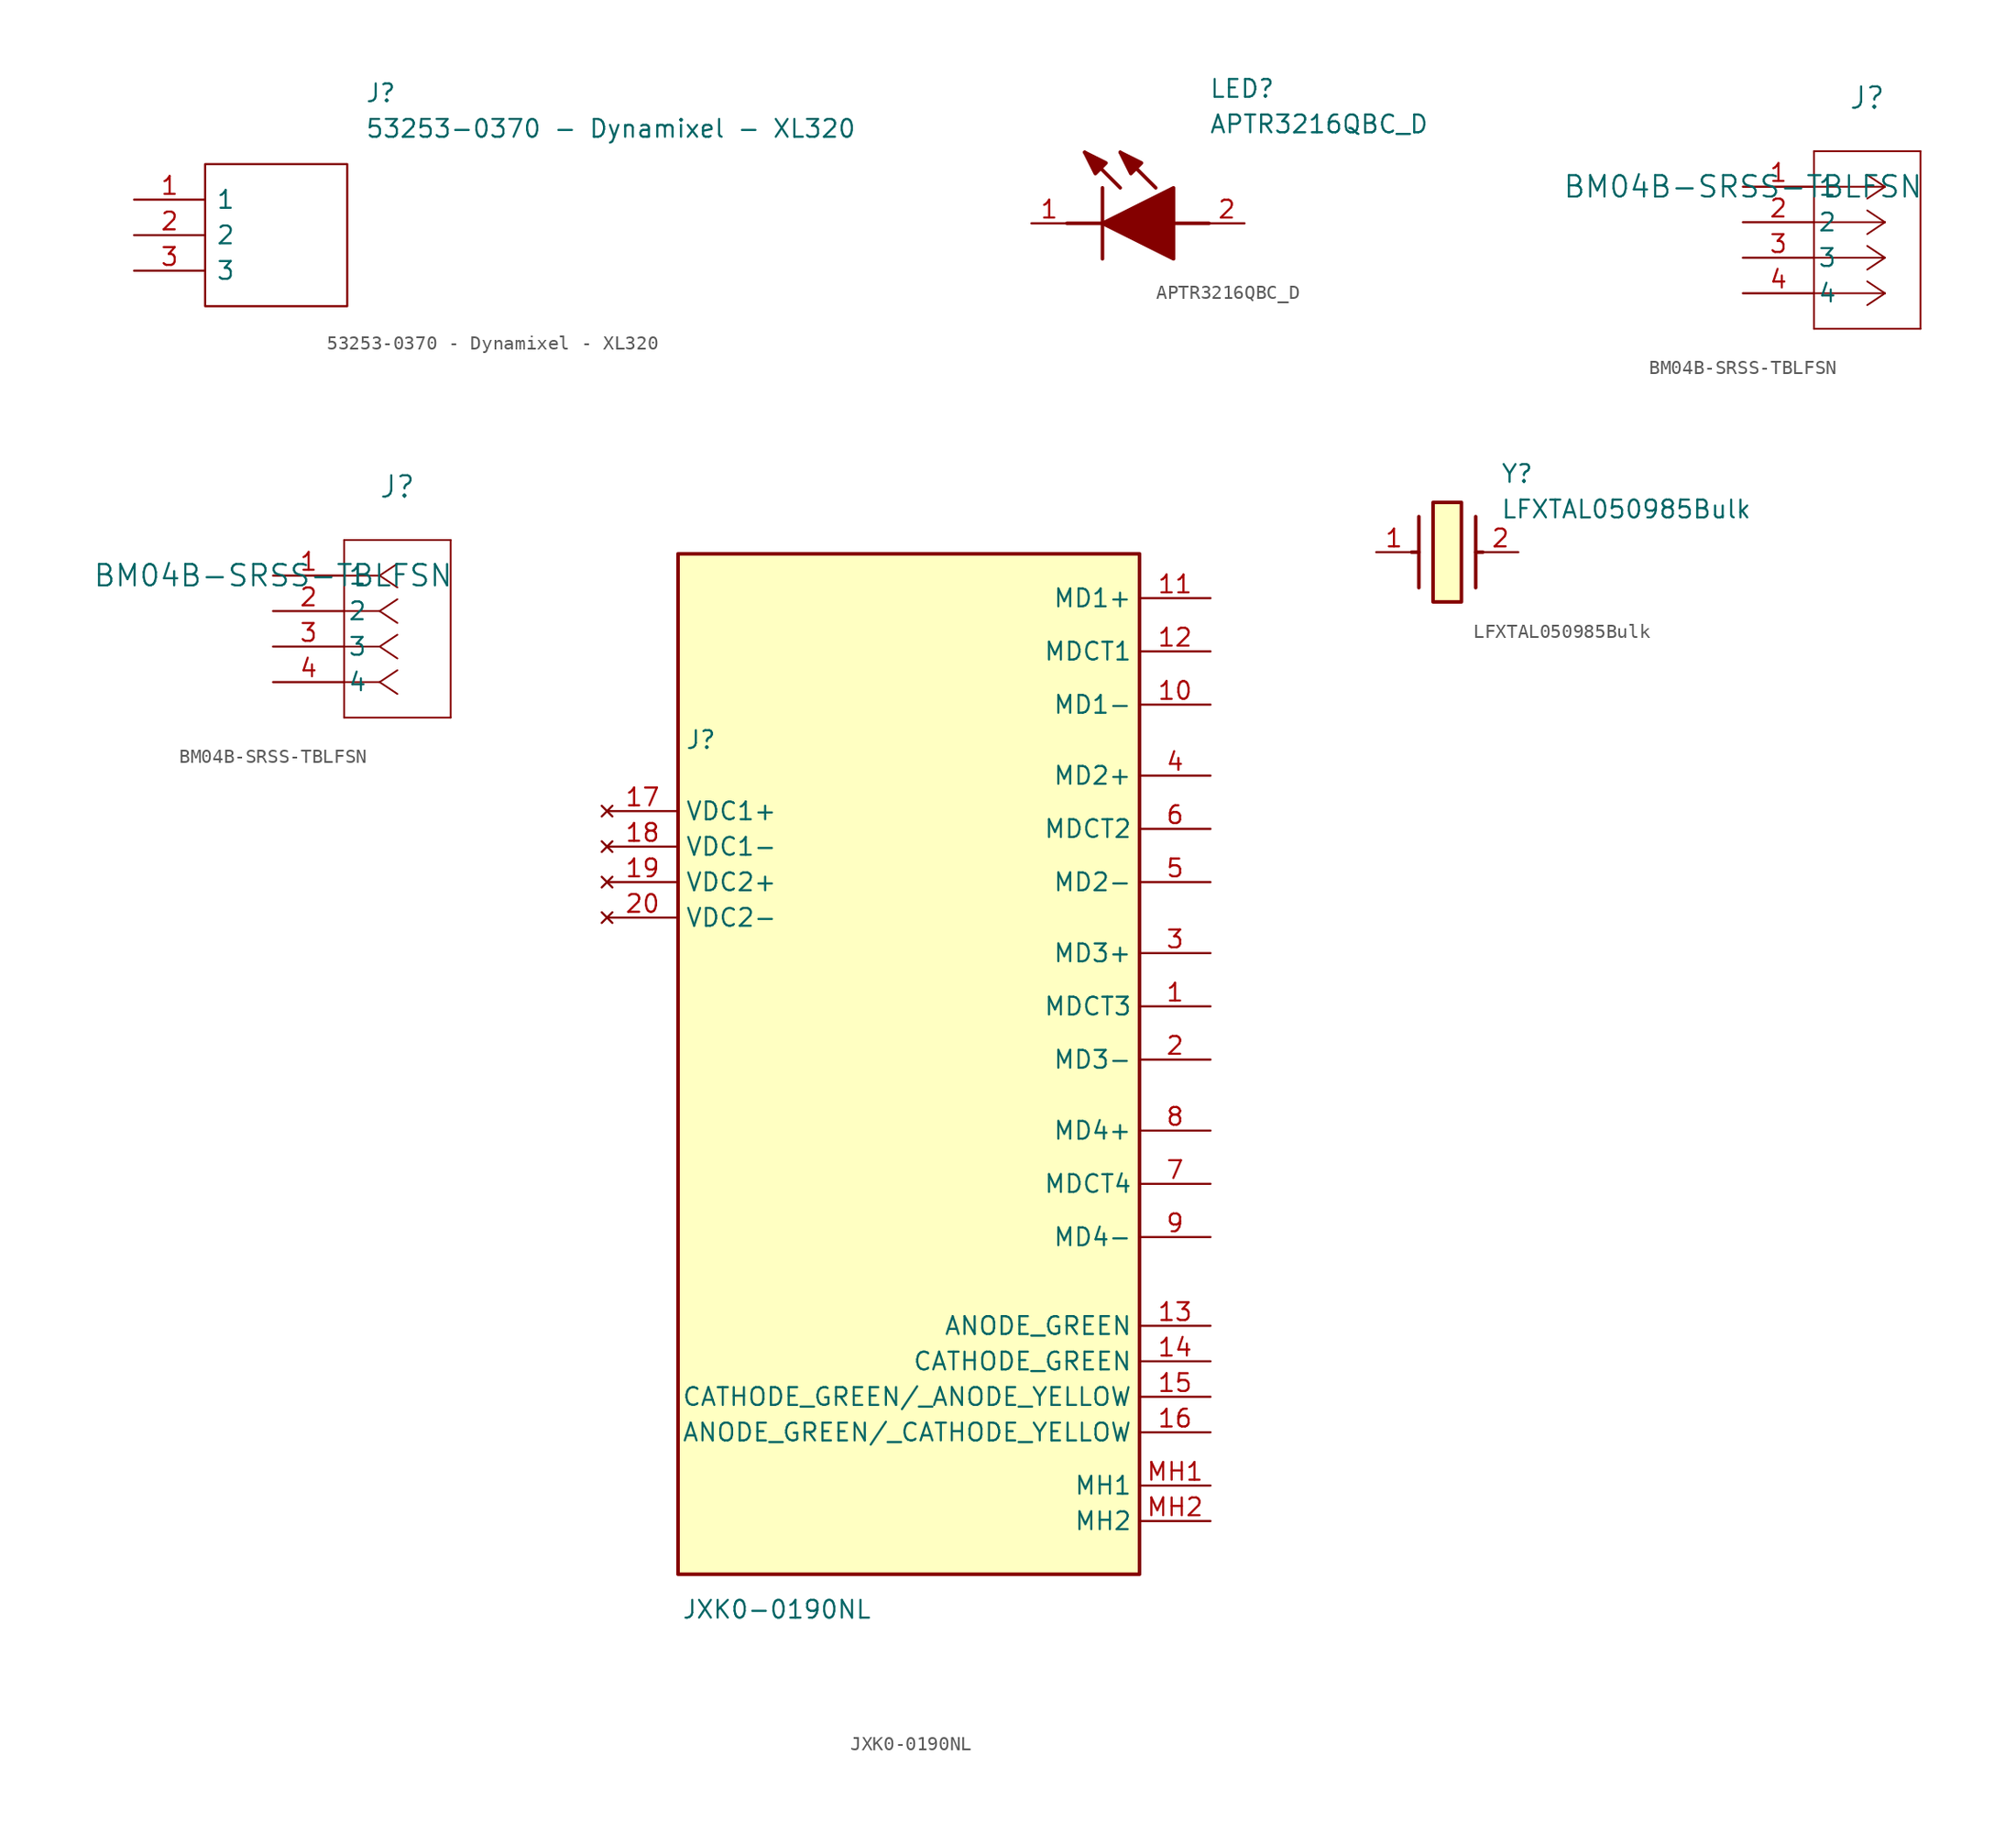
<source format=kicad_sym>
(kicad_symbol_lib
  (version 20231120)
  (generator "kicad_symbol_editor")
  (generator_version "8.0")
  (symbol "53253-0370 - Dynamixel - XL320"
    (pin_names
      (offset 0.762))
    (property "Reference" "J"
      (at 16.51 7.62 0)
      (effects (font (size 1.27 1.27)) (justify left)))
    (property "Value" "53253-0370 - Dynamixel - XL320"
      (at 16.51 5.08 0)
      (effects (font (size 1.27 1.27)) (justify left)))
    (symbol "53253-0370 - Dynamixel - XL320_0_0"
      (pin passive line (at 0 0 0) (length 5.08) (name "1" (effects (font (size 1.27 1.27)))) (number "1" (effects (font (size 1.27 1.27)))))
      (pin passive line (at 0 -2.54 0) (length 5.08) (name "2" (effects (font (size 1.27 1.27)))) (number "2" (effects (font (size 1.27 1.27)))))
      (pin passive line (at 0 -5.08 0) (length 5.08) (name "3" (effects (font (size 1.27 1.27)))) (number "3" (effects (font (size 1.27 1.27))))))
    (symbol "53253-0370 - Dynamixel - XL320_0_1"
      (polyline (pts (xy 5.08 2.54) (xy 15.24 2.54) (xy 15.24 -7.62) (xy 5.08 -7.62) (xy 5.08 2.54)) (stroke (width 0.152) (type solid)) (fill (type none)))))
  (symbol "APTR3216QBC_D"
    (pin_names hide)
    (property "Reference" "LED"
      (at 12.7 8.89 0)
      (effects (font (size 1.27 1.27)) (justify left bottom)))
    (property "Value" "APTR3216QBC_D"
      (at 12.7 6.35 0)
      (effects (font (size 1.27 1.27)) (justify left bottom)))
    (symbol "APTR3216QBC_D_1_1"
      (polyline (pts (xy 2.54 0) (xy 5.08 0)) (stroke (width 0.254) (type default)) (fill (type none)))
      (polyline (pts (xy 5.08 2.54) (xy 5.08 -2.54)) (stroke (width 0.254) (type default)) (fill (type none)))
      (polyline (pts (xy 6.35 2.54) (xy 3.81 5.08)) (stroke (width 0.254) (type default)) (fill (type none)))
      (polyline (pts (xy 8.89 2.54) (xy 6.35 5.08)) (stroke (width 0.254) (type default)) (fill (type none)))
      (polyline (pts (xy 10.16 0) (xy 12.7 0)) (stroke (width 0.254) (type default)) (fill (type none)))
      (polyline (pts (xy 5.08 0) (xy 10.16 2.54) (xy 10.16 -2.54) (xy 5.08 0)) (stroke (width 0.254) (type default)) (fill (type outline)))
      (polyline (pts (xy 5.334 4.318) (xy 4.572 3.556) (xy 3.81 5.08) (xy 5.334 4.318)) (stroke (width 0.254) (type default)) (fill (type outline)))
      (polyline (pts (xy 7.874 4.318) (xy 7.112 3.556) (xy 6.35 5.08) (xy 7.874 4.318)) (stroke (width 0.254) (type default)) (fill (type outline)))
      (pin passive line (at 0 0 0) (length 2.54) (name "K" (effects (font (size 1.27 1.27)))) (number "1" (effects (font (size 1.27 1.27)))))
      (pin passive line (at 15.24 0 180) (length 2.54) (name "A" (effects (font (size 1.27 1.27)))) (number "2" (effects (font (size 1.27 1.27)))))))
  (symbol "BM04B-SRSS-TBLFSN"
    (pin_names
      (offset 0.254))
    (property "Reference" "J"
      (at 8.89 6.35 0)
      (effects (font (size 1.524 1.524))))
    (property "Value" "BM04B-SRSS-TBLFSN"
      (at 0 0 0)
      (effects (font (size 1.524 1.524))))
    (property "ki_locked" ""
      (at 0 0 0)
      (effects (font (size 1.27 1.27))))
    (symbol "BM04B-SRSS-TBLFSN_1_1"
      (polyline (pts (xy 5.08 -10.16) (xy 12.7 -10.16)) (stroke (width 0.127) (type default)) (fill (type none)))
      (polyline (pts (xy 5.08 2.54) (xy 5.08 -10.16)) (stroke (width 0.127) (type default)) (fill (type none)))
      (polyline (pts (xy 10.16 -7.62) (xy 5.08 -7.62)) (stroke (width 0.127) (type default)) (fill (type none)))
      (polyline (pts (xy 10.16 -7.62) (xy 8.89 -8.467)) (stroke (width 0.127) (type default)) (fill (type none)))
      (polyline (pts (xy 10.16 -7.62) (xy 8.89 -6.773)) (stroke (width 0.127) (type default)) (fill (type none)))
      (polyline (pts (xy 10.16 -5.08) (xy 5.08 -5.08)) (stroke (width 0.127) (type default)) (fill (type none)))
      (polyline (pts (xy 10.16 -5.08) (xy 8.89 -5.927)) (stroke (width 0.127) (type default)) (fill (type none)))
      (polyline (pts (xy 10.16 -5.08) (xy 8.89 -4.233)) (stroke (width 0.127) (type default)) (fill (type none)))
      (polyline (pts (xy 10.16 -2.54) (xy 5.08 -2.54)) (stroke (width 0.127) (type default)) (fill (type none)))
      (polyline (pts (xy 10.16 -2.54) (xy 8.89 -3.387)) (stroke (width 0.127) (type default)) (fill (type none)))
      (polyline (pts (xy 10.16 -2.54) (xy 8.89 -1.693)) (stroke (width 0.127) (type default)) (fill (type none)))
      (polyline (pts (xy 10.16 0) (xy 5.08 0)) (stroke (width 0.127) (type default)) (fill (type none)))
      (polyline (pts (xy 10.16 0) (xy 8.89 -0.847)) (stroke (width 0.127) (type default)) (fill (type none)))
      (polyline (pts (xy 10.16 0) (xy 8.89 0.847)) (stroke (width 0.127) (type default)) (fill (type none)))
      (polyline (pts (xy 12.7 -10.16) (xy 12.7 2.54)) (stroke (width 0.127) (type default)) (fill (type none)))
      (polyline (pts (xy 12.7 2.54) (xy 5.08 2.54)) (stroke (width 0.127) (type default)) (fill (type none)))
      (pin unspecified line (at 0 0 0) (length 5.08) (name "1" (effects (font (size 1.27 1.27)))) (number "1" (effects (font (size 1.27 1.27)))))
      (pin unspecified line (at 0 -2.54 0) (length 5.08) (name "2" (effects (font (size 1.27 1.27)))) (number "2" (effects (font (size 1.27 1.27)))))
      (pin unspecified line (at 0 -5.08 0) (length 5.08) (name "3" (effects (font (size 1.27 1.27)))) (number "3" (effects (font (size 1.27 1.27)))))
      (pin unspecified line (at 0 -7.62 0) (length 5.08) (name "4" (effects (font (size 1.27 1.27)))) (number "4" (effects (font (size 1.27 1.27))))))
    (symbol "BM04B-SRSS-TBLFSN_1_2"
      (polyline (pts (xy 5.08 -10.16) (xy 12.7 -10.16)) (stroke (width 0.127) (type default)) (fill (type none)))
      (polyline (pts (xy 5.08 2.54) (xy 5.08 -10.16)) (stroke (width 0.127) (type default)) (fill (type none)))
      (polyline (pts (xy 7.62 -7.62) (xy 5.08 -7.62)) (stroke (width 0.127) (type default)) (fill (type none)))
      (polyline (pts (xy 7.62 -7.62) (xy 8.89 -8.467)) (stroke (width 0.127) (type default)) (fill (type none)))
      (polyline (pts (xy 7.62 -7.62) (xy 8.89 -6.773)) (stroke (width 0.127) (type default)) (fill (type none)))
      (polyline (pts (xy 7.62 -5.08) (xy 5.08 -5.08)) (stroke (width 0.127) (type default)) (fill (type none)))
      (polyline (pts (xy 7.62 -5.08) (xy 8.89 -5.927)) (stroke (width 0.127) (type default)) (fill (type none)))
      (polyline (pts (xy 7.62 -5.08) (xy 8.89 -4.233)) (stroke (width 0.127) (type default)) (fill (type none)))
      (polyline (pts (xy 7.62 -2.54) (xy 5.08 -2.54)) (stroke (width 0.127) (type default)) (fill (type none)))
      (polyline (pts (xy 7.62 -2.54) (xy 8.89 -3.387)) (stroke (width 0.127) (type default)) (fill (type none)))
      (polyline (pts (xy 7.62 -2.54) (xy 8.89 -1.693)) (stroke (width 0.127) (type default)) (fill (type none)))
      (polyline (pts (xy 7.62 0) (xy 5.08 0)) (stroke (width 0.127) (type default)) (fill (type none)))
      (polyline (pts (xy 7.62 0) (xy 8.89 -0.847)) (stroke (width 0.127) (type default)) (fill (type none)))
      (polyline (pts (xy 7.62 0) (xy 8.89 0.847)) (stroke (width 0.127) (type default)) (fill (type none)))
      (polyline (pts (xy 12.7 -10.16) (xy 12.7 2.54)) (stroke (width 0.127) (type default)) (fill (type none)))
      (polyline (pts (xy 12.7 2.54) (xy 5.08 2.54)) (stroke (width 0.127) (type default)) (fill (type none)))
      (pin unspecified line (at 0 0 0) (length 5.08) (name "1" (effects (font (size 1.27 1.27)))) (number "1" (effects (font (size 1.27 1.27)))))
      (pin unspecified line (at 0 -2.54 0) (length 5.08) (name "2" (effects (font (size 1.27 1.27)))) (number "2" (effects (font (size 1.27 1.27)))))
      (pin unspecified line (at 0 -5.08 0) (length 5.08) (name "3" (effects (font (size 1.27 1.27)))) (number "3" (effects (font (size 1.27 1.27)))))
      (pin unspecified line (at 0 -7.62 0) (length 5.08) (name "4" (effects (font (size 1.27 1.27)))) (number "4" (effects (font (size 1.27 1.27)))))))
  (symbol "JXK0-0190NL"
    (property "Reference" "J"
      (at 5.588 19.812 0)
      (effects (font (size 1.27 1.27)) (justify left top)))
    (property "Value" "JXK0-0190NL"
      (at 5.334 -42.418 0)
      (effects (font (size 1.27 1.27)) (justify left top)))
    (symbol "JXK0-0190NL_1_1"
      (rectangle (start 5.08 32.385) (end 38.1 -40.64) (stroke (width 0.254) (type default)) (fill (type background)))
      (pin passive line (at 43.18 0 180) (length 5.08) (name "MDCT3" (effects (font (size 1.27 1.27)))) (number "1" (effects (font (size 1.27 1.27)))))
      (pin passive line (at 43.18 21.59 180) (length 5.08) (name "MD1-" (effects (font (size 1.27 1.27)))) (number "10" (effects (font (size 1.27 1.27)))))
      (pin passive line (at 43.18 29.21 180) (length 5.08) (name "MD1+" (effects (font (size 1.27 1.27)))) (number "11" (effects (font (size 1.27 1.27)))))
      (pin passive line (at 43.18 25.4 180) (length 5.08) (name "MDCT1" (effects (font (size 1.27 1.27)))) (number "12" (effects (font (size 1.27 1.27)))))
      (pin passive line (at 43.18 -22.86 180) (length 5.08) (name "ANODE_GREEN" (effects (font (size 1.27 1.27)))) (number "13" (effects (font (size 1.27 1.27)))))
      (pin passive line (at 43.18 -25.4 180) (length 5.08) (name "CATHODE_GREEN" (effects (font (size 1.27 1.27)))) (number "14" (effects (font (size 1.27 1.27)))))
      (pin passive line (at 43.18 -27.94 180) (length 5.08) (name "CATHODE_GREEN/_ANODE_YELLOW" (effects (font (size 1.27 1.27)))) (number "15" (effects (font (size 1.27 1.27)))))
      (pin passive line (at 43.18 -30.48 180) (length 5.08) (name "ANODE_GREEN/_CATHODE_YELLOW" (effects (font (size 1.27 1.27)))) (number "16" (effects (font (size 1.27 1.27)))))
      (pin no_connect line (at 0 13.97 0) (length 5.08) (name "VDC1+" (effects (font (size 1.27 1.27)))) (number "17" (effects (font (size 1.27 1.27)))))
      (pin no_connect line (at 0 11.43 0) (length 5.08) (name "VDC1-" (effects (font (size 1.27 1.27)))) (number "18" (effects (font (size 1.27 1.27)))))
      (pin no_connect line (at 0 8.89 0) (length 5.08) (name "VDC2+" (effects (font (size 1.27 1.27)))) (number "19" (effects (font (size 1.27 1.27)))))
      (pin passive line (at 43.18 -3.81 180) (length 5.08) (name "MD3-" (effects (font (size 1.27 1.27)))) (number "2" (effects (font (size 1.27 1.27)))))
      (pin no_connect line (at 0 6.35 0) (length 5.08) (name "VDC2-" (effects (font (size 1.27 1.27)))) (number "20" (effects (font (size 1.27 1.27)))))
      (pin passive line (at 43.18 3.81 180) (length 5.08) (name "MD3+" (effects (font (size 1.27 1.27)))) (number "3" (effects (font (size 1.27 1.27)))))
      (pin passive line (at 43.18 16.51 180) (length 5.08) (name "MD2+" (effects (font (size 1.27 1.27)))) (number "4" (effects (font (size 1.27 1.27)))))
      (pin passive line (at 43.18 8.89 180) (length 5.08) (name "MD2-" (effects (font (size 1.27 1.27)))) (number "5" (effects (font (size 1.27 1.27)))))
      (pin passive line (at 43.18 12.7 180) (length 5.08) (name "MDCT2" (effects (font (size 1.27 1.27)))) (number "6" (effects (font (size 1.27 1.27)))))
      (pin passive line (at 43.18 -12.7 180) (length 5.08) (name "MDCT4" (effects (font (size 1.27 1.27)))) (number "7" (effects (font (size 1.27 1.27)))))
      (pin passive line (at 43.18 -8.89 180) (length 5.08) (name "MD4+" (effects (font (size 1.27 1.27)))) (number "8" (effects (font (size 1.27 1.27)))))
      (pin passive line (at 43.18 -16.51 180) (length 5.08) (name "MD4-" (effects (font (size 1.27 1.27)))) (number "9" (effects (font (size 1.27 1.27)))))
      (pin passive line (at 43.18 -34.29 180) (length 5.08) (name "MH1" (effects (font (size 1.27 1.27)))) (number "MH1" (effects (font (size 1.27 1.27)))))
      (pin passive line (at 43.18 -36.83 180) (length 5.08) (name "MH2" (effects (font (size 1.27 1.27)))) (number "MH2" (effects (font (size 1.27 1.27)))))))
  (symbol "LFXTAL050985Bulk"
    (pin_names hide)
    (property "Reference" "Y"
      (at 8.89 6.35 0)
      (effects (font (size 1.27 1.27)) (justify left top)))
    (property "Value" "LFXTAL050985Bulk"
      (at 8.89 3.81 0)
      (effects (font (size 1.27 1.27)) (justify left top)))
    (symbol "LFXTAL050985Bulk_1_1"
      (polyline (pts (xy 3.048 0) (xy 2.54 0)) (stroke (width 0.254) (type default)) (fill (type none)))
      (polyline (pts (xy 3.048 2.54) (xy 3.048 -2.54)) (stroke (width 0.254) (type default)) (fill (type none)))
      (polyline (pts (xy 7.112 0) (xy 7.62 0)) (stroke (width 0.254) (type default)) (fill (type none)))
      (polyline (pts (xy 7.112 2.54) (xy 7.112 -2.54)) (stroke (width 0.254) (type default)) (fill (type none)))
      (rectangle (start 4.064 3.556) (end 6.096 -3.556) (stroke (width 0.254) (type default)) (fill (type background)))
      (pin passive line (at 0 0 0) (length 2.54) (name "1" (effects (font (size 1.27 1.27)))) (number "1" (effects (font (size 1.27 1.27)))))
      (pin passive line (at 10.16 0 180) (length 2.54) (name "2" (effects (font (size 1.27 1.27)))) (number "2" (effects (font (size 1.27 1.27))))))))
</source>
